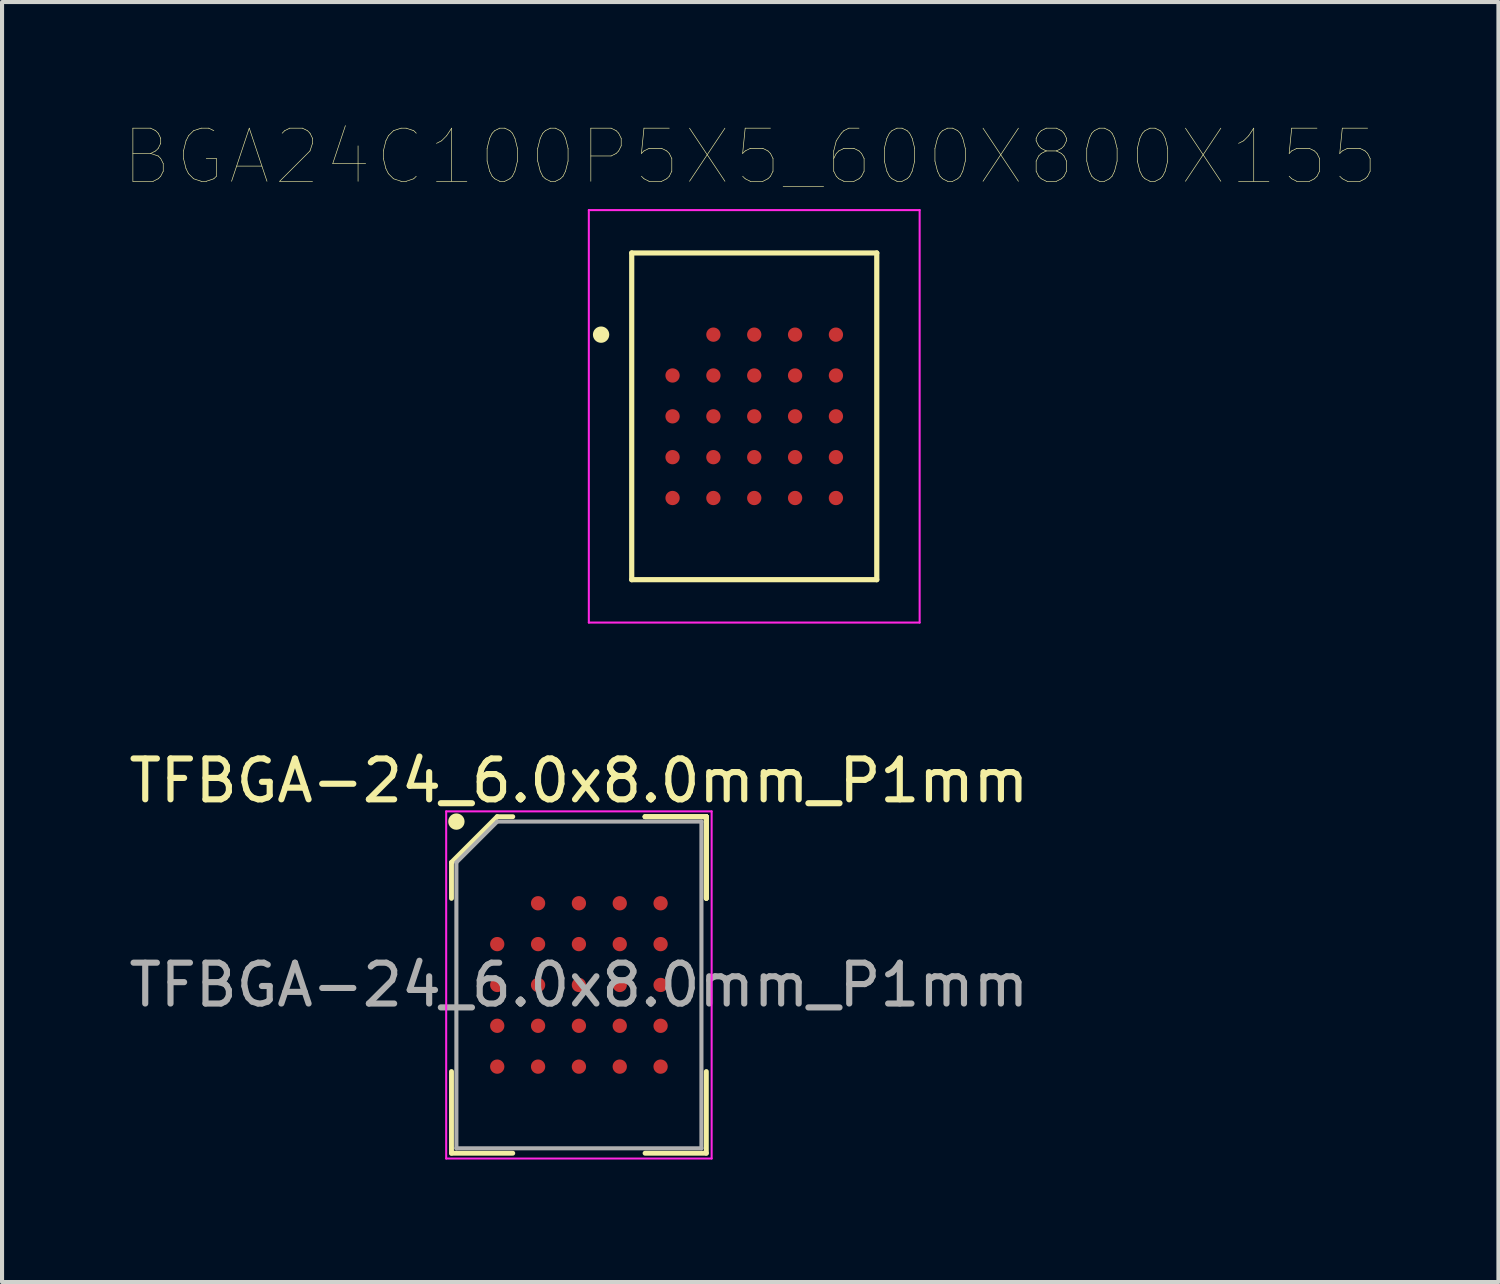
<source format=kicad_pcb>
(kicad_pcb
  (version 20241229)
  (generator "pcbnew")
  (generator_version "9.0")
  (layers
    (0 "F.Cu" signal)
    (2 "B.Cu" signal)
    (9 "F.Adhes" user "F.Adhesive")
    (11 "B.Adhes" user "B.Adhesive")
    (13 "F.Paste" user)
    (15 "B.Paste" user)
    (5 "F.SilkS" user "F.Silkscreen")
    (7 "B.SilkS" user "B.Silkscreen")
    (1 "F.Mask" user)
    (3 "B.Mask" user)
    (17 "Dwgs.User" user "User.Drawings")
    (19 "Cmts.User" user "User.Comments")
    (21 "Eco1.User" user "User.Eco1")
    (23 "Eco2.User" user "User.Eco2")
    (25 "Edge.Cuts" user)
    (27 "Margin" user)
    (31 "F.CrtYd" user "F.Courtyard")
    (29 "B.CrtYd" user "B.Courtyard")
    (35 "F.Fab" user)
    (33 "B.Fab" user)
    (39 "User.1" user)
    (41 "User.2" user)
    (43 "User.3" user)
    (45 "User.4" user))
  (footprint "BGA24C100P5X5_600X800X155"
    (layer "F.Cu")
    (at 15.418 7.144)
    (property "Reference" "BGA24C100P5X5_600X800X155" (at -0.098 -6.356 0) (layer "F.SilkS") (effects (font (size 1.301 1.301) (thickness 0.015))))
    (attr through_hole)
    (fp_line (start -3 -4) (end 3 -4) (stroke (width 0.127) (type solid)) (layer "F.SilkS"))
    (fp_line (start -3 4) (end -3 -4) (stroke (width 0.127) (type solid)) (layer "F.SilkS"))
    (fp_line (start 3 -4) (end 3 4) (stroke (width 0.127) (type solid)) (layer "F.SilkS"))
    (fp_line (start 3 4) (end -3 4) (stroke (width 0.127) (type solid)) (layer "F.SilkS"))
    (fp_circle (center -3.75 -2) (end -3.55 -2) (stroke (width 0) (type solid)) (fill yes) (layer "F.SilkS"))
    (fp_line (start -4.05 -5.05) (end 4.05 -5.05) (stroke (width 0.05) (type solid)) (layer "F.CrtYd"))
    (fp_line (start -4.05 5.05) (end -4.05 -5.05) (stroke (width 0.05) (type solid)) (layer "F.CrtYd"))
    (fp_line (start 4.05 -5.05) (end 4.05 5.05) (stroke (width 0.05) (type solid)) (layer "F.CrtYd"))
    (fp_line (start 4.05 5.05) (end -4.05 5.05) (stroke (width 0.05) (type solid)) (layer "F.CrtYd"))
    (pad "A2" smd circle (at -1 -2) (size 0.35 0.35) (layers "F.Cu" "F.Mask" "F.Paste"))
    (pad "A3" smd circle (at 0 -2) (size 0.35 0.35) (layers "F.Cu" "F.Mask" "F.Paste"))
    (pad "A4" smd circle (at 1 -2) (size 0.35 0.35) (layers "F.Cu" "F.Mask" "F.Paste"))
    (pad "A5" smd circle (at 2 -2) (size 0.35 0.35) (layers "F.Cu" "F.Mask" "F.Paste"))
    (pad "B1" smd circle (at -2 -1) (size 0.35 0.35) (layers "F.Cu" "F.Mask" "F.Paste"))
    (pad "B2" smd circle (at -1 -1) (size 0.35 0.35) (layers "F.Cu" "F.Mask" "F.Paste"))
    (pad "B3" smd circle (at 0 -1) (size 0.35 0.35) (layers "F.Cu" "F.Mask" "F.Paste"))
    (pad "B4" smd circle (at 1 -1) (size 0.35 0.35) (layers "F.Cu" "F.Mask" "F.Paste"))
    (pad "B5" smd circle (at 2 -1) (size 0.35 0.35) (layers "F.Cu" "F.Mask" "F.Paste"))
    (pad "C1" smd circle (at -2 0) (size 0.35 0.35) (layers "F.Cu" "F.Mask" "F.Paste"))
    (pad "C2" smd circle (at -1 0) (size 0.35 0.35) (layers "F.Cu" "F.Mask" "F.Paste"))
    (pad "C3" smd circle (at 0 0) (size 0.35 0.35) (layers "F.Cu" "F.Mask" "F.Paste"))
    (pad "C4" smd circle (at 1 0) (size 0.35 0.35) (layers "F.Cu" "F.Mask" "F.Paste"))
    (pad "C5" smd circle (at 2 0) (size 0.35 0.35) (layers "F.Cu" "F.Mask" "F.Paste"))
    (pad "D1" smd circle (at -2 1) (size 0.35 0.35) (layers "F.Cu" "F.Mask" "F.Paste"))
    (pad "D2" smd circle (at -1 1) (size 0.35 0.35) (layers "F.Cu" "F.Mask" "F.Paste"))
    (pad "D3" smd circle (at 0 1) (size 0.35 0.35) (layers "F.Cu" "F.Mask" "F.Paste"))
    (pad "D4" smd circle (at 1 1) (size 0.35 0.35) (layers "F.Cu" "F.Mask" "F.Paste"))
    (pad "D5" smd circle (at 2 1) (size 0.35 0.35) (layers "F.Cu" "F.Mask" "F.Paste"))
    (pad "E1" smd circle (at -2 2) (size 0.35 0.35) (layers "F.Cu" "F.Mask" "F.Paste"))
    (pad "E2" smd circle (at -1 2) (size 0.35 0.35) (layers "F.Cu" "F.Mask" "F.Paste"))
    (pad "E3" smd circle (at 0 2) (size 0.35 0.35) (layers "F.Cu" "F.Mask" "F.Paste"))
    (pad "E4" smd circle (at 1 2) (size 0.35 0.35) (layers "F.Cu" "F.Mask" "F.Paste"))
    (pad "E5" smd circle (at 2 2) (size 0.35 0.35) (layers "F.Cu" "F.Mask" "F.Paste")))
  (footprint "TFBGA-24_6.0x8.0mm_P1mm"
    (layer "F.Cu")
    (at 11.125 21.067)
    (property "Reference" "TFBGA-24_6.0x8.0mm_P1mm" (at 0 -5 0) (layer "F.SilkS") (effects (font (size 1 1) (thickness 0.15))))
    (attr smd)
    (fp_line (start -3.12 -3) (end -3.12 -2.12) (stroke (width 0.12) (type solid)) (layer "F.SilkS"))
    (fp_line (start -3.12 4.12) (end -3.12 2.12) (stroke (width 0.12) (type solid)) (layer "F.SilkS"))
    (fp_line (start -2 -4.12) (end -3.12 -3) (stroke (width 0.12) (type solid)) (layer "F.SilkS"))
    (fp_line (start -1.62 -4.12) (end -2 -4.12) (stroke (width 0.12) (type solid)) (layer "F.SilkS"))
    (fp_line (start -1.62 4.12) (end -3.12 4.12) (stroke (width 0.12) (type solid)) (layer "F.SilkS"))
    (fp_line (start 1.62 -4.12) (end 3.12 -4.12) (stroke (width 0.12) (type solid)) (layer "F.SilkS"))
    (fp_line (start 1.62 -4.12) (end 3.12 -4.12) (stroke (width 0.12) (type solid)) (layer "F.SilkS"))
    (fp_line (start 1.62 -4.12) (end 3.12 -4.12) (stroke (width 0.12) (type solid)) (layer "F.SilkS"))
    (fp_line (start 1.62 4.12) (end 3.12 4.12) (stroke (width 0.12) (type solid)) (layer "F.SilkS"))
    (fp_line (start 3.12 -4.12) (end 3.12 -2.12) (stroke (width 0.12) (type solid)) (layer "F.SilkS"))
    (fp_line (start 3.12 -4.12) (end 3.12 -2.12) (stroke (width 0.12) (type solid)) (layer "F.SilkS"))
    (fp_line (start 3.12 -4.12) (end 3.12 -2.12) (stroke (width 0.12) (type solid)) (layer "F.SilkS"))
    (fp_line (start 3.12 4.12) (end 3.12 2.12) (stroke (width 0.12) (type solid)) (layer "F.SilkS"))
    (fp_circle (center -3 -4) (end -3 -3.9) (stroke (width 0.2) (type solid)) (fill no) (layer "F.SilkS"))
    (fp_line (start -3.25 -4.25) (end 3.25 -4.25) (stroke (width 0.05) (type solid)) (layer "F.CrtYd"))
    (fp_line (start -3.25 4.25) (end -3.25 -4.25) (stroke (width 0.05) (type solid)) (layer "F.CrtYd"))
    (fp_line (start 3.25 -4.25) (end 3.25 4.25) (stroke (width 0.05) (type solid)) (layer "F.CrtYd"))
    (fp_line (start 3.25 4.25) (end -3.25 4.25) (stroke (width 0.05) (type solid)) (layer "F.CrtYd"))
    (fp_line (start -3 -3) (end -3 4) (stroke (width 0.1) (type solid)) (layer "F.Fab"))
    (fp_line (start -3 4) (end 3 4) (stroke (width 0.1) (type solid)) (layer "F.Fab"))
    (fp_line (start -2 -4) (end -3 -3) (stroke (width 0.1) (type solid)) (layer "F.Fab"))
    (fp_line (start 3 -4) (end -2 -4) (stroke (width 0.1) (type solid)) (layer "F.Fab"))
    (fp_line (start 3 4) (end 3 -4) (stroke (width 0.1) (type solid)) (layer "F.Fab"))
    (fp_text user "${REFERENCE}" (at 0 0 0) (layer "F.Fab") (effects (font (size 1 1) (thickness 0.15))))
    (pad "A2" smd circle (at -1 -2) (size 0.35 0.35) (layers "F.Cu" "F.Mask" "F.Paste"))
    (pad "A3" smd circle (at 0 -2) (size 0.35 0.35) (layers "F.Cu" "F.Mask" "F.Paste"))
    (pad "A4" smd circle (at 1 -2) (size 0.35 0.35) (layers "F.Cu" "F.Mask" "F.Paste"))
    (pad "A5" smd circle (at 2 -2) (size 0.35 0.35) (layers "F.Cu" "F.Mask" "F.Paste"))
    (pad "B1" smd circle (at -2 -1) (size 0.35 0.35) (layers "F.Cu" "F.Mask" "F.Paste"))
    (pad "B2" smd circle (at -1 -1) (size 0.35 0.35) (layers "F.Cu" "F.Mask" "F.Paste"))
    (pad "B3" smd circle (at 0 -1) (size 0.35 0.35) (layers "F.Cu" "F.Mask" "F.Paste"))
    (pad "B4" smd circle (at 1 -1) (size 0.35 0.35) (layers "F.Cu" "F.Mask" "F.Paste"))
    (pad "B5" smd circle (at 2 -1) (size 0.35 0.35) (layers "F.Cu" "F.Mask" "F.Paste"))
    (pad "C1" smd circle (at -2 0) (size 0.35 0.35) (layers "F.Cu" "F.Mask" "F.Paste"))
    (pad "C2" smd circle (at -1 0) (size 0.35 0.35) (layers "F.Cu" "F.Mask" "F.Paste"))
    (pad "C3" smd circle (at 0 0) (size 0.35 0.35) (layers "F.Cu" "F.Mask" "F.Paste"))
    (pad "C4" smd circle (at 1 0) (size 0.35 0.35) (layers "F.Cu" "F.Mask" "F.Paste"))
    (pad "C5" smd circle (at 2 0) (size 0.35 0.35) (layers "F.Cu" "F.Mask" "F.Paste"))
    (pad "D1" smd circle (at -2 1) (size 0.35 0.35) (layers "F.Cu" "F.Mask" "F.Paste"))
    (pad "D2" smd circle (at -1 1) (size 0.35 0.35) (layers "F.Cu" "F.Mask" "F.Paste"))
    (pad "D3" smd circle (at 0 1) (size 0.35 0.35) (layers "F.Cu" "F.Mask" "F.Paste"))
    (pad "D4" smd circle (at 1 1) (size 0.35 0.35) (layers "F.Cu" "F.Mask" "F.Paste"))
    (pad "D5" smd circle (at 2 1) (size 0.35 0.35) (layers "F.Cu" "F.Mask" "F.Paste"))
    (pad "E1" smd circle (at -2 2) (size 0.35 0.35) (layers "F.Cu" "F.Mask" "F.Paste"))
    (pad "E2" smd circle (at -1 2) (size 0.35 0.35) (layers "F.Cu" "F.Mask" "F.Paste"))
    (pad "E3" smd circle (at 0 2) (size 0.35 0.35) (layers "F.Cu" "F.Mask" "F.Paste"))
    (pad "E4" smd circle (at 1 2) (size 0.35 0.35) (layers "F.Cu" "F.Mask" "F.Paste"))
    (pad "E5" smd circle (at 2 2) (size 0.35 0.35) (layers "F.Cu" "F.Mask" "F.Paste")))
  (gr_rect
    (start -3 -3)
    (end 33.64 28.342)
    (stroke (width 0.1) (type default))
    (fill no)
    (layer "Edge.Cuts")))
</source>
